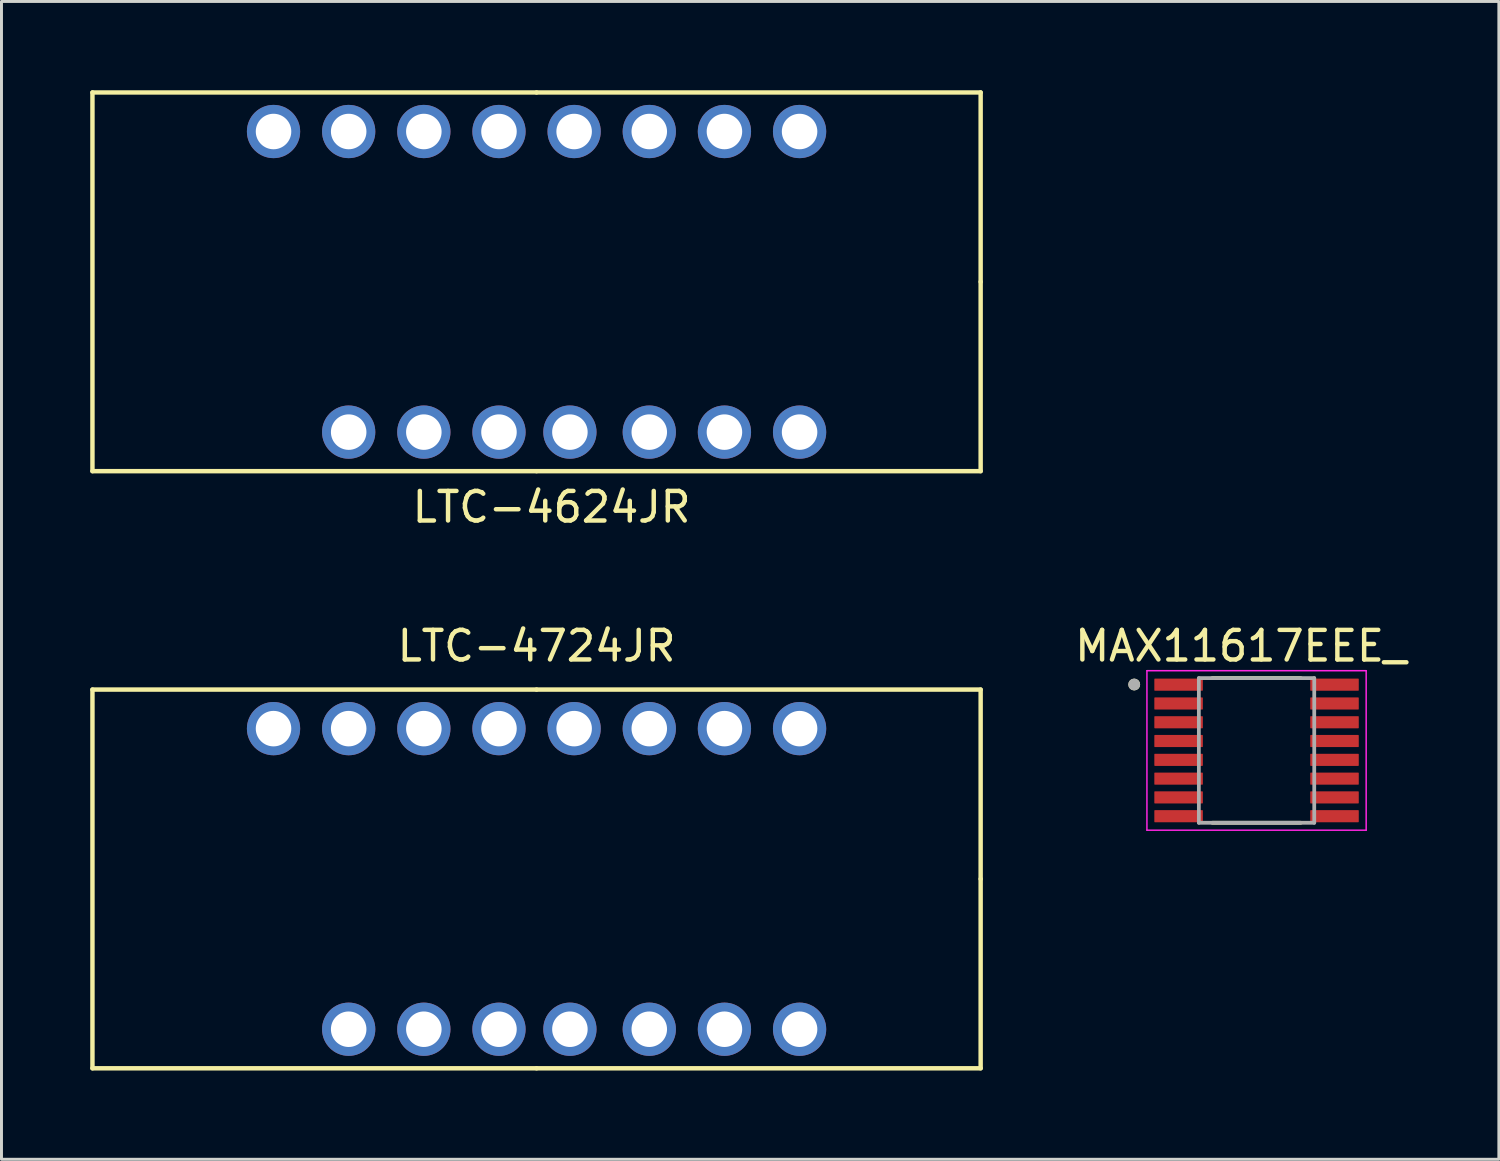
<source format=kicad_pcb>
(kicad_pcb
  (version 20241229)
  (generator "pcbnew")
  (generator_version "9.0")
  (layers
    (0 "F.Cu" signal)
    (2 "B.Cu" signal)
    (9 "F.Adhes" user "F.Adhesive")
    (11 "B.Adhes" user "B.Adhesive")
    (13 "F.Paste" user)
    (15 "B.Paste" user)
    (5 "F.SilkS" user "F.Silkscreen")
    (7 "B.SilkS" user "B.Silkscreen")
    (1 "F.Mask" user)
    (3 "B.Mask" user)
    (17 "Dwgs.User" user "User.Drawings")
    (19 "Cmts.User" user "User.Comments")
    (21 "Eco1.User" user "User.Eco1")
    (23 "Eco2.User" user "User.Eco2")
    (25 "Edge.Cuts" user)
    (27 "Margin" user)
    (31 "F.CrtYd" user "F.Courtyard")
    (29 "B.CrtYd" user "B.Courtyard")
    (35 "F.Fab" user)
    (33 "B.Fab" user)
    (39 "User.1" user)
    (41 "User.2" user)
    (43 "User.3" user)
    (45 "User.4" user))
  (footprint "LTC-4724JR"
    (layer "F.Cu")
    (at 15.085 26.657)
    (property "Reference" "LTC-4724JR" (at 0 -7.874 0) (layer "F.SilkS") (effects (font (size 1 1) (thickness 0.15))))
    (attr through_hole)
    (fp_line (start -15.01 -6.4) (end -15.01 6.4) (stroke (width 0.15) (type solid)) (layer "F.SilkS"))
    (fp_line (start 0 -6.4) (end -15.01 -6.4) (stroke (width 0.15) (type solid)) (layer "F.SilkS"))
    (fp_line (start 0 -6.4) (end 15.01 -6.4) (stroke (width 0.15) (type solid)) (layer "F.SilkS"))
    (fp_line (start 0 6.4) (end -15.01 6.4) (stroke (width 0.15) (type solid)) (layer "F.SilkS"))
    (fp_line (start 0 6.4) (end 15.01 6.4) (stroke (width 0.15) (type solid)) (layer "F.SilkS"))
    (fp_line (start 15.01 0) (end 15.01 -6.4) (stroke (width 0.15) (type solid)) (layer "F.SilkS"))
    (fp_line (start 15.01 0) (end 15.01 6.4) (stroke (width 0.15) (type solid)) (layer "F.SilkS"))
    (pad "1" thru_hole circle (at -6.35 5.08) (size 1.8 1.8) (drill 1.2) (layers "*.Cu" "*.Mask"))
    (pad "2" thru_hole circle (at -3.81 5.08) (size 1.8 1.8) (drill 1.2) (layers "*.Cu" "*.Mask"))
    (pad "3" thru_hole circle (at -1.27 5.08) (size 1.8 1.8) (drill 1.2) (layers "*.Cu" "*.Mask"))
    (pad "4" thru_hole circle (at 1.127 5.08) (size 1.8 1.8) (drill 1.2) (layers "*.Cu" "*.Mask"))
    (pad "5" thru_hole circle (at 3.81 5.08) (size 1.8 1.8) (drill 1.2) (layers "*.Cu" "*.Mask"))
    (pad "6" thru_hole circle (at 6.35 5.08) (size 1.8 1.8) (drill 1.2) (layers "*.Cu" "*.Mask"))
    (pad "7" thru_hole circle (at 8.89 5.08) (size 1.8 1.8) (drill 1.2) (layers "*.Cu" "*.Mask"))
    (pad "8" thru_hole circle (at 8.89 -5.08) (size 1.8 1.8) (drill 1.2) (layers "*.Cu" "*.Mask"))
    (pad "9" thru_hole circle (at 6.35 -5.08) (size 1.8 1.8) (drill 1.2) (layers "*.Cu" "*.Mask"))
    (pad "10" thru_hole circle (at 3.81 -5.08) (size 1.8 1.8) (drill 1.2) (layers "*.Cu" "*.Mask"))
    (pad "11" thru_hole circle (at 1.27 -5.08) (size 1.8 1.8) (drill 1.2) (layers "*.Cu" "*.Mask"))
    (pad "12" thru_hole circle (at -1.27 -5.08) (size 1.8 1.8) (drill 1.2) (layers "*.Cu" "*.Mask"))
    (pad "13" thru_hole circle (at -3.81 -5.08) (size 1.8 1.8) (drill 1.2) (layers "*.Cu" "*.Mask"))
    (pad "14" thru_hole circle (at -6.35 -5.08) (size 1.8 1.8) (drill 1.2) (layers "*.Cu" "*.Mask"))
    (pad "15" thru_hole circle (at -8.89 -5.08) (size 1.8 1.8) (drill 1.2) (layers "*.Cu" "*.Mask")))
  (footprint "LTC-4624JR"
    (layer "F.Cu")
    (at 15.085 6.475)
    (property "Reference" "LTC-4624JR" (at 0.508 7.612 0) (layer "F.SilkS") (effects (font (size 1 1) (thickness 0.15))))
    (attr through_hole)
    (fp_line (start -15.01 -6.4) (end -15.01 6.4) (stroke (width 0.15) (type solid)) (layer "F.SilkS"))
    (fp_line (start 0 -6.4) (end -15.01 -6.4) (stroke (width 0.15) (type solid)) (layer "F.SilkS"))
    (fp_line (start 0 -6.4) (end 15.01 -6.4) (stroke (width 0.15) (type solid)) (layer "F.SilkS"))
    (fp_line (start 0 6.4) (end -15.01 6.4) (stroke (width 0.15) (type solid)) (layer "F.SilkS"))
    (fp_line (start 0 6.4) (end 15.01 6.4) (stroke (width 0.15) (type solid)) (layer "F.SilkS"))
    (fp_line (start 15.01 0) (end 15.01 -6.4) (stroke (width 0.15) (type solid)) (layer "F.SilkS"))
    (fp_line (start 15.01 0) (end 15.01 6.4) (stroke (width 0.15) (type solid)) (layer "F.SilkS"))
    (pad "1" thru_hole circle (at -6.35 5.08) (size 1.8 1.8) (drill 1.2) (layers "*.Cu" "*.Mask"))
    (pad "2" thru_hole circle (at -3.81 5.08) (size 1.8 1.8) (drill 1.2) (layers "*.Cu" "*.Mask"))
    (pad "3" thru_hole circle (at -1.27 5.08) (size 1.8 1.8) (drill 1.2) (layers "*.Cu" "*.Mask"))
    (pad "4" thru_hole circle (at 1.127 5.08) (size 1.8 1.8) (drill 1.2) (layers "*.Cu" "*.Mask"))
    (pad "5" thru_hole circle (at 3.81 5.08) (size 1.8 1.8) (drill 1.2) (layers "*.Cu" "*.Mask"))
    (pad "6" thru_hole circle (at 6.35 5.08) (size 1.8 1.8) (drill 1.2) (layers "*.Cu" "*.Mask"))
    (pad "7" thru_hole circle (at 8.89 5.08) (size 1.8 1.8) (drill 1.2) (layers "*.Cu" "*.Mask"))
    (pad "8" thru_hole circle (at 8.89 -5.08) (size 1.8 1.8) (drill 1.2) (layers "*.Cu" "*.Mask"))
    (pad "9" thru_hole circle (at 6.35 -5.08) (size 1.8 1.8) (drill 1.2) (layers "*.Cu" "*.Mask"))
    (pad "10" thru_hole circle (at 3.81 -5.08) (size 1.8 1.8) (drill 1.2) (layers "*.Cu" "*.Mask"))
    (pad "11" thru_hole circle (at 1.27 -5.08) (size 1.8 1.8) (drill 1.2) (layers "*.Cu" "*.Mask"))
    (pad "12" thru_hole circle (at -1.27 -5.08) (size 1.8 1.8) (drill 1.2) (layers "*.Cu" "*.Mask"))
    (pad "13" thru_hole circle (at -3.81 -5.08) (size 1.8 1.8) (drill 1.2) (layers "*.Cu" "*.Mask"))
    (pad "14" thru_hole circle (at -6.35 -5.08) (size 1.8 1.8) (drill 1.2) (layers "*.Cu" "*.Mask"))
    (pad "15" thru_hole circle (at -8.89 -5.08) (size 1.8 1.8) (drill 1.2) (layers "*.Cu" "*.Mask")))
  (footprint "MAX11617EEE_"
    (layer "F.Cu")
    (at 39.42 22.314)
    (property "Reference" "MAX11617EEE_" (at -0.53 -3.53 0) (layer "F.SilkS") (effects (font (size 1 1) (thickness 0.15))))
    (attr smd)
    (fp_line (start -1.495 -2.445) (end 1.495 -2.445) (stroke (width 0.127) (type solid)) (layer "F.SilkS"))
    (fp_line (start -1.495 2.445) (end 1.495 2.445) (stroke (width 0.127) (type solid)) (layer "F.SilkS"))
    (fp_circle (center -4.135 -2.228) (end -4.035 -2.228) (stroke (width 0.2) (type solid)) (fill no) (layer "F.SilkS"))
    (fp_line (start -3.705 -2.695) (end -3.705 2.695) (stroke (width 0.05) (type solid)) (layer "F.CrtYd"))
    (fp_line (start -3.705 2.695) (end 3.705 2.695) (stroke (width 0.05) (type solid)) (layer "F.CrtYd"))
    (fp_line (start 3.705 -2.695) (end -3.705 -2.695) (stroke (width 0.05) (type solid)) (layer "F.CrtYd"))
    (fp_line (start 3.705 2.695) (end 3.705 -2.695) (stroke (width 0.05) (type solid)) (layer "F.CrtYd"))
    (fp_line (start -1.95 -2.445) (end -1.95 2.445) (stroke (width 0.127) (type solid)) (layer "F.Fab"))
    (fp_line (start -1.95 -2.445) (end 1.95 -2.445) (stroke (width 0.127) (type solid)) (layer "F.Fab"))
    (fp_line (start -1.95 2.445) (end 1.95 2.445) (stroke (width 0.127) (type solid)) (layer "F.Fab"))
    (fp_line (start 1.95 -2.445) (end 1.95 2.445) (stroke (width 0.127) (type solid)) (layer "F.Fab"))
    (fp_circle (center -4.135 -2.228) (end -4.035 -2.228) (stroke (width 0.2) (type solid)) (fill no) (layer "F.Fab"))
    (pad "1" smd roundrect (at -2.635 -2.223) (size 1.64 0.41) (layers "F.Cu" "F.Mask" "F.Paste") (roundrect_rratio 0.05))
    (pad "2" smd roundrect (at -2.635 -1.587) (size 1.64 0.41) (layers "F.Cu" "F.Mask" "F.Paste") (roundrect_rratio 0.05))
    (pad "3" smd roundrect (at -2.635 -0.953) (size 1.64 0.41) (layers "F.Cu" "F.Mask" "F.Paste") (roundrect_rratio 0.05))
    (pad "4" smd roundrect (at -2.635 -0.318) (size 1.64 0.41) (layers "F.Cu" "F.Mask" "F.Paste") (roundrect_rratio 0.05))
    (pad "5" smd roundrect (at -2.635 0.318) (size 1.64 0.41) (layers "F.Cu" "F.Mask" "F.Paste") (roundrect_rratio 0.05))
    (pad "6" smd roundrect (at -2.635 0.953) (size 1.64 0.41) (layers "F.Cu" "F.Mask" "F.Paste") (roundrect_rratio 0.05))
    (pad "7" smd roundrect (at -2.635 1.587) (size 1.64 0.41) (layers "F.Cu" "F.Mask" "F.Paste") (roundrect_rratio 0.05))
    (pad "8" smd roundrect (at -2.635 2.223) (size 1.64 0.41) (layers "F.Cu" "F.Mask" "F.Paste") (roundrect_rratio 0.05))
    (pad "9" smd roundrect (at 2.635 2.223) (size 1.64 0.41) (layers "F.Cu" "F.Mask" "F.Paste") (roundrect_rratio 0.05))
    (pad "10" smd roundrect (at 2.635 1.587) (size 1.64 0.41) (layers "F.Cu" "F.Mask" "F.Paste") (roundrect_rratio 0.05))
    (pad "11" smd roundrect (at 2.635 0.953) (size 1.64 0.41) (layers "F.Cu" "F.Mask" "F.Paste") (roundrect_rratio 0.05))
    (pad "12" smd roundrect (at 2.635 0.318) (size 1.64 0.41) (layers "F.Cu" "F.Mask" "F.Paste") (roundrect_rratio 0.05))
    (pad "13" smd roundrect (at 2.635 -0.318) (size 1.64 0.41) (layers "F.Cu" "F.Mask" "F.Paste") (roundrect_rratio 0.05))
    (pad "14" smd roundrect (at 2.635 -0.953) (size 1.64 0.41) (layers "F.Cu" "F.Mask" "F.Paste") (roundrect_rratio 0.05))
    (pad "15" smd roundrect (at 2.635 -1.587) (size 1.64 0.41) (layers "F.Cu" "F.Mask" "F.Paste") (roundrect_rratio 0.05))
    (pad "16" smd roundrect (at 2.635 -2.223) (size 1.64 0.41) (layers "F.Cu" "F.Mask" "F.Paste") (roundrect_rratio 0.05)))
  (gr_rect
    (start -3 -3)
    (end 47.61 36.133)
    (stroke (width 0.1) (type default))
    (fill no)
    (layer "Edge.Cuts")))
</source>
